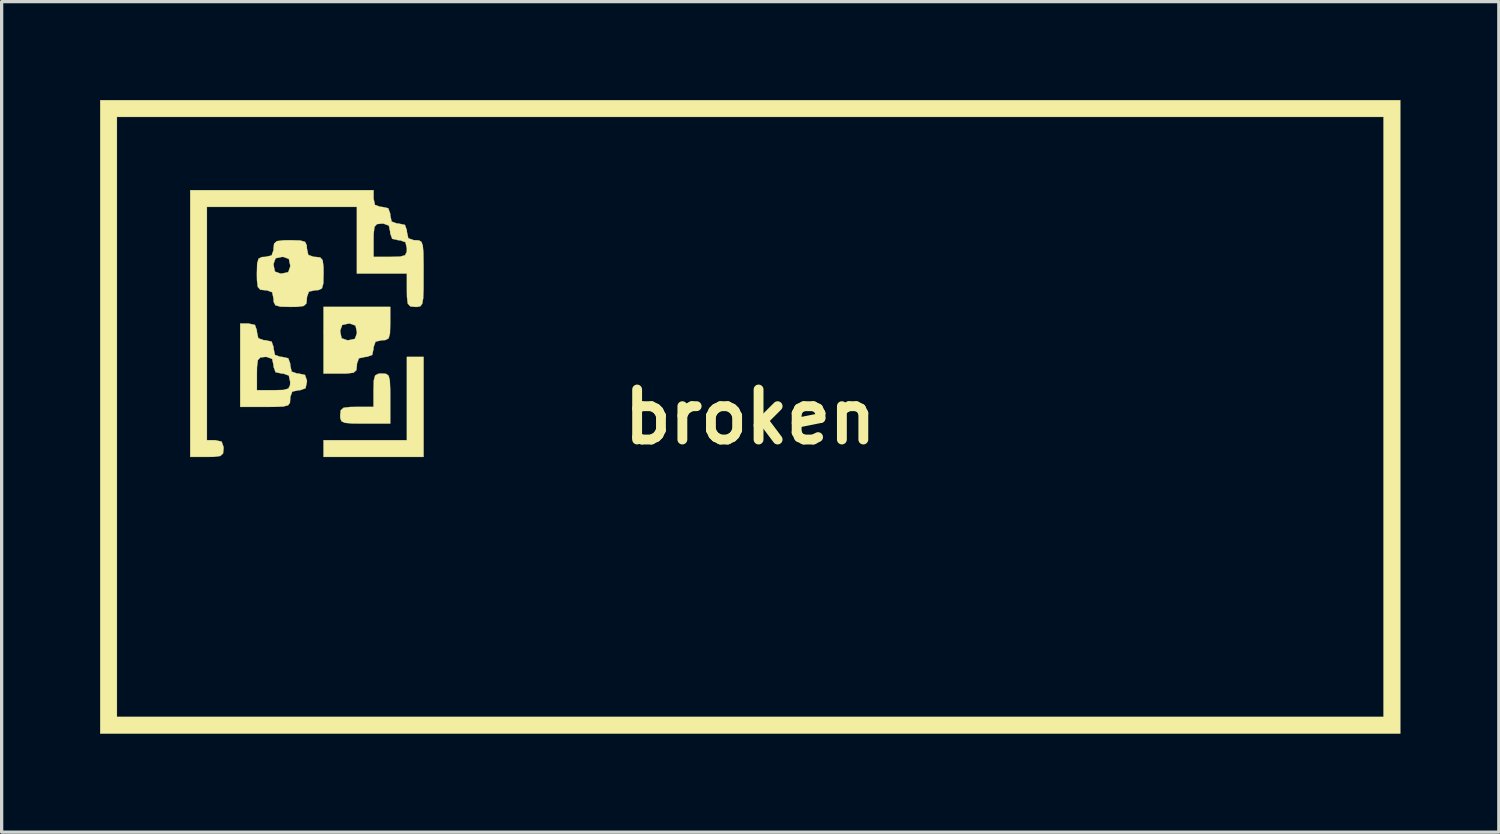
<source format=kicad_pcb>
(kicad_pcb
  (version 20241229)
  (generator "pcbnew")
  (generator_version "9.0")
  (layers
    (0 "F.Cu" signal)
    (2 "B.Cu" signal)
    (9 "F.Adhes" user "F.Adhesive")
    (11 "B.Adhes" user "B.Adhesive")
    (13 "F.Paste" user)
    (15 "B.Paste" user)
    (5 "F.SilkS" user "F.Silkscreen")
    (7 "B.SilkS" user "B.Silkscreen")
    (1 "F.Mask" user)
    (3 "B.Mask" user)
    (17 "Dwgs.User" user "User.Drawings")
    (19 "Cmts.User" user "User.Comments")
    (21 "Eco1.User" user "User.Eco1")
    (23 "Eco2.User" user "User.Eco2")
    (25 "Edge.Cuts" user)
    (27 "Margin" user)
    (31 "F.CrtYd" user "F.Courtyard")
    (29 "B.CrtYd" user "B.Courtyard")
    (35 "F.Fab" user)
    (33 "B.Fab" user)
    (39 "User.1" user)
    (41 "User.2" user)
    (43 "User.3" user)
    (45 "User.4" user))
  (footprint "broken"
    (layer "F.Cu")
    (at 19.817 9.657)
    (property "Reference" "broken" (at 0 0 0) (layer "F.SilkS") (effects (font (size 1.524 1.524) (thickness 0.3))))
    (attr through_hole)
    (fp_poly (pts (xy -9.957 1.219) (xy -13.005 1.219) (xy -13.005 0.711) (xy -10.465 0.711) (xy -10.465 -1.829) (xy -9.957 -1.829) (xy -9.957 1.219)) (stroke (width 0.01) (type solid)) (fill yes) (layer "F.SilkS"))
    (fp_poly (pts (xy 19.812 9.652) (xy -19.812 9.652) (xy -19.812 -9.144) (xy -19.304 -9.144) (xy -19.304 9.144) (xy 19.304 9.144) (xy 19.304 -9.144) (xy -19.304 -9.144) (xy -19.812 -9.144) (xy -19.812 -9.652) (xy 19.812 -9.652) (xy 19.812 9.652)) (stroke (width 0.01) (type solid)) (fill yes) (layer "F.SilkS"))
    (fp_poly (pts (xy -11.098 -1.311) (xy -11.022 -1.254) (xy -10.985 -1.107) (xy -10.974 -0.826) (xy -10.973 -0.559) (xy -10.973 0.203) (xy -11.735 0.203) (xy -12.122 0.2) (xy -12.35 0.181) (xy -12.459 0.132) (xy -12.494 0.038) (xy -12.497 -0.051) (xy -12.48 -0.202) (xy -12.396 -0.277) (xy -12.193 -0.302) (xy -11.989 -0.305) (xy -11.481 -0.305) (xy -11.481 -0.813) (xy -11.473 -1.114) (xy -11.431 -1.265) (xy -11.329 -1.316) (xy -11.227 -1.321) (xy -11.098 -1.311)) (stroke (width 0.01) (type solid)) (fill yes) (layer "F.SilkS"))
    (fp_poly (pts (xy -10.973 -2.845) (xy -10.981 -2.543) (xy -11.023 -2.393) (xy -11.125 -2.342) (xy -11.227 -2.337) (xy -11.42 -2.295) (xy -11.48 -2.13) (xy -11.481 -2.083) (xy -11.523 -1.889) (xy -11.688 -1.83) (xy -11.735 -1.829) (xy -11.928 -1.787) (xy -11.988 -1.622) (xy -11.989 -1.575) (xy -12.005 -1.424) (xy -12.089 -1.349) (xy -12.293 -1.323) (xy -12.497 -1.321) (xy -13.005 -1.321) (xy -13.005 -2.591) (xy -12.497 -2.591) (xy -12.455 -2.397) (xy -12.29 -2.338) (xy -12.243 -2.337) (xy -12.049 -2.379) (xy -11.99 -2.544) (xy -11.989 -2.591) (xy -12.031 -2.784) (xy -12.196 -2.844) (xy -12.243 -2.845) (xy -12.436 -2.803) (xy -12.496 -2.638) (xy -12.497 -2.591) (xy -13.005 -2.591) (xy -13.005 -3.353) (xy -10.973 -3.353) (xy -10.973 -2.845)) (stroke (width 0.01) (type solid)) (fill yes) (layer "F.SilkS"))
    (fp_poly (pts (xy -15.097 -2.803) (xy -15.038 -2.638) (xy -15.037 -2.591) (xy -14.995 -2.397) (xy -14.83 -2.338) (xy -14.783 -2.337) (xy -14.589 -2.295) (xy -14.53 -2.13) (xy -14.529 -2.083) (xy -14.487 -1.889) (xy -14.322 -1.83) (xy -14.275 -1.829) (xy -14.081 -1.787) (xy -14.022 -1.622) (xy -14.021 -1.575) (xy -13.979 -1.381) (xy -13.814 -1.322) (xy -13.767 -1.321) (xy -13.573 -1.279) (xy -13.514 -1.114) (xy -13.513 -1.067) (xy -13.555 -0.873) (xy -13.72 -0.814) (xy -13.767 -0.813) (xy -13.96 -0.771) (xy -14.02 -0.606) (xy -14.021 -0.559) (xy -14.03 -0.43) (xy -14.087 -0.354) (xy -14.235 -0.317) (xy -14.515 -0.306) (xy -14.783 -0.305) (xy -15.545 -0.305) (xy -15.545 -1.321) (xy -15.037 -1.321) (xy -15.037 -0.813) (xy -14.529 -0.813) (xy -14.227 -0.821) (xy -14.077 -0.863) (xy -14.026 -0.965) (xy -14.021 -1.067) (xy -14.063 -1.26) (xy -14.228 -1.32) (xy -14.275 -1.321) (xy -14.468 -1.363) (xy -14.528 -1.528) (xy -14.529 -1.575) (xy -14.571 -1.768) (xy -14.736 -1.828) (xy -14.783 -1.829) (xy -14.934 -1.812) (xy -15.009 -1.728) (xy -15.034 -1.525) (xy -15.037 -1.321) (xy -15.545 -1.321) (xy -15.545 -2.845) (xy -15.291 -2.845) (xy -15.097 -2.803)) (stroke (width 0.01) (type solid)) (fill yes) (layer "F.SilkS"))
    (fp_poly (pts (xy -13.719 -5.377) (xy -13.569 -5.335) (xy -13.518 -5.233) (xy -13.513 -5.131) (xy -13.471 -4.937) (xy -13.306 -4.878) (xy -13.259 -4.877) (xy -13.108 -4.86) (xy -13.033 -4.776) (xy -13.007 -4.573) (xy -13.005 -4.369) (xy -13.013 -4.067) (xy -13.055 -3.917) (xy -13.157 -3.866) (xy -13.259 -3.861) (xy -13.452 -3.819) (xy -13.512 -3.654) (xy -13.513 -3.607) (xy -13.529 -3.456) (xy -13.613 -3.381) (xy -13.817 -3.355) (xy -14.021 -3.353) (xy -14.322 -3.361) (xy -14.473 -3.403) (xy -14.524 -3.505) (xy -14.529 -3.607) (xy -14.571 -3.8) (xy -14.736 -3.86) (xy -14.783 -3.861) (xy -14.934 -3.877) (xy -15.009 -3.961) (xy -15.034 -4.165) (xy -15.037 -4.369) (xy -15.03 -4.623) (xy -14.529 -4.623) (xy -14.487 -4.429) (xy -14.322 -4.37) (xy -14.275 -4.369) (xy -14.081 -4.411) (xy -14.022 -4.576) (xy -14.021 -4.623) (xy -14.063 -4.816) (xy -14.228 -4.876) (xy -14.275 -4.877) (xy -14.468 -4.835) (xy -14.528 -4.67) (xy -14.529 -4.623) (xy -15.03 -4.623) (xy -15.029 -4.67) (xy -14.987 -4.821) (xy -14.885 -4.872) (xy -14.783 -4.877) (xy -14.589 -4.919) (xy -14.53 -5.084) (xy -14.529 -5.131) (xy -14.512 -5.282) (xy -14.428 -5.357) (xy -14.225 -5.382) (xy -14.021 -5.385) (xy -13.719 -5.377)) (stroke (width 0.01) (type solid)) (fill yes) (layer "F.SilkS"))
    (fp_poly (pts (xy -11.481 -6.655) (xy -11.439 -6.461) (xy -11.274 -6.402) (xy -11.227 -6.401) (xy -11.033 -6.359) (xy -10.974 -6.194) (xy -10.973 -6.147) (xy -10.931 -5.953) (xy -10.766 -5.894) (xy -10.719 -5.893) (xy -10.525 -5.851) (xy -10.466 -5.686) (xy -10.465 -5.639) (xy -10.423 -5.445) (xy -10.258 -5.386) (xy -10.211 -5.385) (xy -10.096 -5.379) (xy -10.022 -5.335) (xy -9.98 -5.218) (xy -9.962 -4.989) (xy -9.957 -4.612) (xy -9.957 -4.369) (xy -9.958 -3.908) (xy -9.969 -3.613) (xy -9.999 -3.447) (xy -10.056 -3.373) (xy -10.15 -3.353) (xy -10.211 -3.353) (xy -10.362 -3.369) (xy -10.437 -3.453) (xy -10.462 -3.657) (xy -10.465 -3.861) (xy -10.465 -4.369) (xy -11.989 -4.369) (xy -11.989 -5.385) (xy -11.481 -5.385) (xy -11.481 -4.877) (xy -10.973 -4.877) (xy -10.671 -4.885) (xy -10.521 -4.927) (xy -10.47 -5.029) (xy -10.465 -5.131) (xy -10.507 -5.324) (xy -10.672 -5.384) (xy -10.719 -5.385) (xy -10.912 -5.427) (xy -10.972 -5.592) (xy -10.973 -5.639) (xy -11.015 -5.832) (xy -11.18 -5.892) (xy -11.227 -5.893) (xy -11.378 -5.876) (xy -11.453 -5.792) (xy -11.478 -5.589) (xy -11.481 -5.385) (xy -11.989 -5.385) (xy -11.989 -6.401) (xy -16.561 -6.401) (xy -16.561 0.711) (xy -16.307 0.711) (xy -16.113 0.753) (xy -16.054 0.918) (xy -16.053 0.965) (xy -16.069 1.116) (xy -16.153 1.191) (xy -16.357 1.217) (xy -16.561 1.219) (xy -17.069 1.219) (xy -17.069 -6.909) (xy -11.481 -6.909) (xy -11.481 -6.655)) (stroke (width 0.01) (type solid)) (fill yes) (layer "F.SilkS")))
  (gr_rect
    (start -3 -3)
    (end 42.634 22.314)
    (stroke (width 0.1) (type default))
    (fill no)
    (layer "Edge.Cuts")))
</source>
